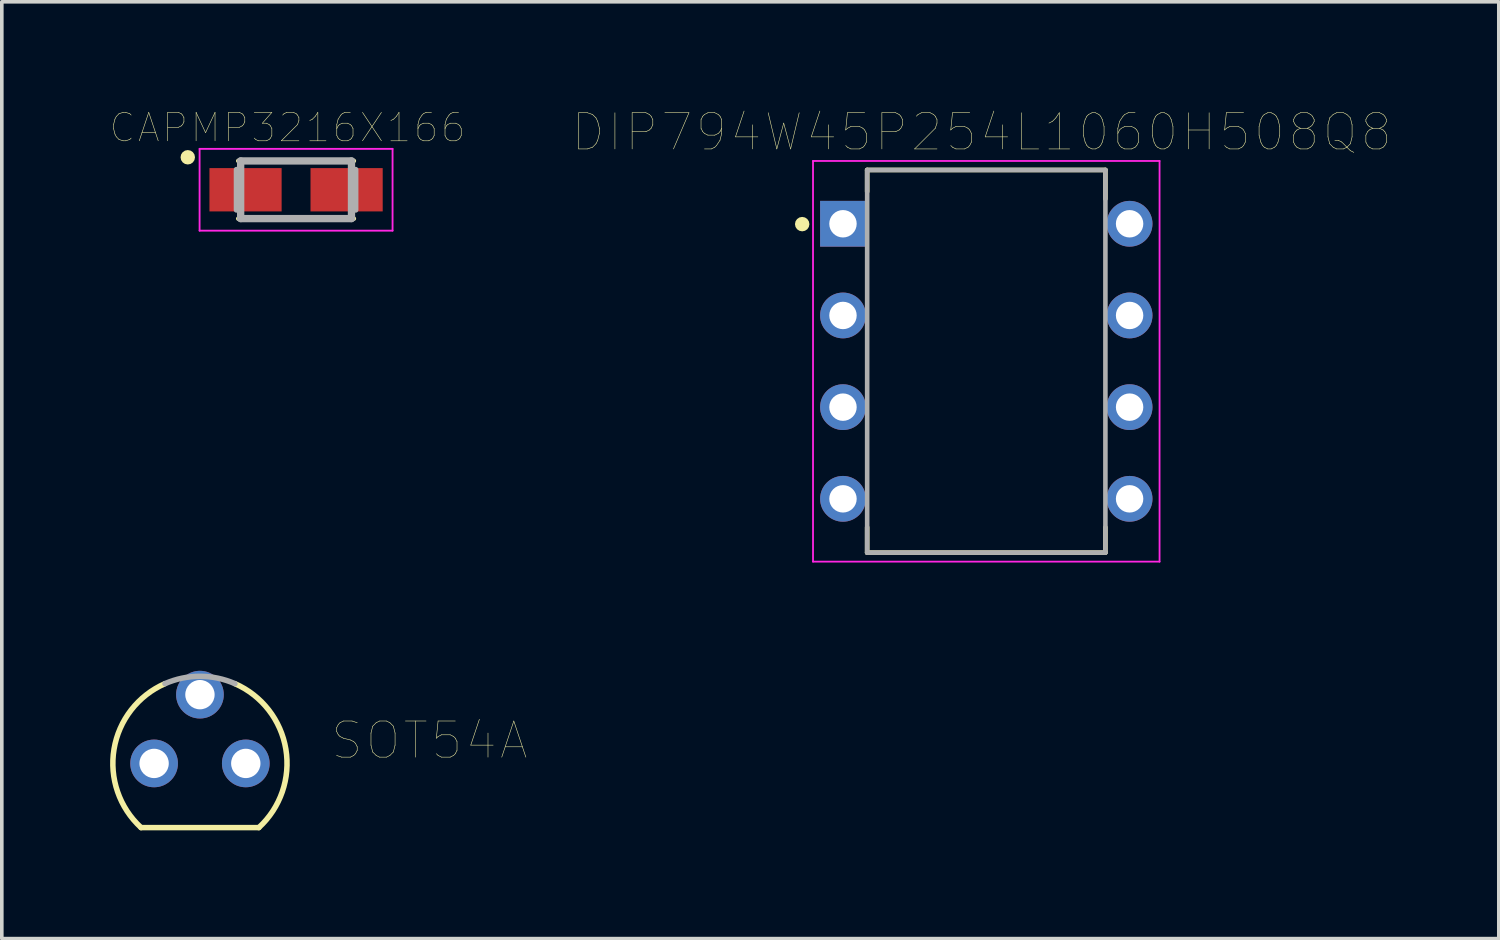
<source format=kicad_pcb>
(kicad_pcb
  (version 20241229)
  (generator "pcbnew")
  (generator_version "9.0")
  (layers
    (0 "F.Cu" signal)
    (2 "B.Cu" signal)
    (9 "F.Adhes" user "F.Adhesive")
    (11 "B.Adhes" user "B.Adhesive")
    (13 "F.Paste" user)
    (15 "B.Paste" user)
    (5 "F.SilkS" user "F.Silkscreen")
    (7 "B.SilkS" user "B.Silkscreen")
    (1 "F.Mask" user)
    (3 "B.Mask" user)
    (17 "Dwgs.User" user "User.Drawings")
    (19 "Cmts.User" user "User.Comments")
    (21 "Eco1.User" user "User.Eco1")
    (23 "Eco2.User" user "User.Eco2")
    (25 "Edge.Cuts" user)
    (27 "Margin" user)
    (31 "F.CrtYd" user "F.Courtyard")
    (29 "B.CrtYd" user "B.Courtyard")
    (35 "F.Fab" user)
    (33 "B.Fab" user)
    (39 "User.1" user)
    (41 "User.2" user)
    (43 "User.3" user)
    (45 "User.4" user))
  (footprint "CAPMP3216X166"
    (layer "F.Cu")
    (at 5.152 2.207)
    (property "Reference" "CAPMP3216X166" (at -0.24 -1.72 0) (layer "F.SilkS") (effects (font (size 0.787 0.787) (thickness 0.015))))
    (attr through_hole)
    (fp_line (start -1.6 -0.8) (end 1.6 -0.8) (stroke (width 0.127) (type solid)) (layer "F.SilkS"))
    (fp_line (start -1.6 0.8) (end 1.6 0.8) (stroke (width 0.127) (type solid)) (layer "F.SilkS"))
    (fp_circle (center -3 -0.9) (end -2.9 -0.9) (stroke (width 0.2) (type solid)) (fill no) (layer "F.SilkS"))
    (fp_line (start -2.673 -1.133) (end 2.673 -1.133) (stroke (width 0.051) (type solid)) (layer "F.CrtYd"))
    (fp_line (start -2.673 1.133) (end -2.673 -1.133) (stroke (width 0.051) (type solid)) (layer "F.CrtYd"))
    (fp_line (start 2.673 -1.133) (end 2.673 1.133) (stroke (width 0.051) (type solid)) (layer "F.CrtYd"))
    (fp_line (start 2.673 1.133) (end -2.673 1.133) (stroke (width 0.051) (type solid)) (layer "F.CrtYd"))
    (fp_line (start -1.651 -0.559) (end -1.651 0.559) (stroke (width 0.152) (type solid)) (layer "F.Fab"))
    (fp_line (start -1.535 -0.798) (end -1.535 0.798) (stroke (width 0.203) (type solid)) (layer "F.Fab"))
    (fp_line (start -1.535 0.798) (end 1.535 0.798) (stroke (width 0.203) (type solid)) (layer "F.Fab"))
    (fp_line (start 1.535 -0.798) (end -1.535 -0.798) (stroke (width 0.203) (type solid)) (layer "F.Fab"))
    (fp_line (start 1.535 0.798) (end 1.535 -0.798) (stroke (width 0.203) (type solid)) (layer "F.Fab"))
    (fp_line (start 1.651 -0.559) (end 1.651 0.559) (stroke (width 0.152) (type solid)) (layer "F.Fab"))
    (pad "1" smd rect (at -1.4 0) (size 2 1.2) (layers "F.Cu" "F.Mask" "F.Paste"))
    (pad "2" smd rect (at 1.4 0) (size 2 1.2) (layers "F.Cu" "F.Mask" "F.Paste")))
  (footprint "DIP794W45P254L1060H508Q8"
    (layer "F.Cu")
    (at 24.273 6.959)
    (property "Reference" "DIP794W45P254L1060H508Q8" (at -0.125 -6.346 0) (layer "F.SilkS") (effects (font (size 1.002 1.002) (thickness 0.015))))
    (attr through_hole)
    (fp_line (start -3.3 -5.3) (end -3.3 -4.7) (stroke (width 0.127) (type solid)) (layer "F.SilkS"))
    (fp_line (start -3.3 4.6) (end -3.3 5.3) (stroke (width 0.127) (type solid)) (layer "F.SilkS"))
    (fp_line (start -3.3 5.3) (end 3.3 5.3) (stroke (width 0.127) (type solid)) (layer "F.SilkS"))
    (fp_line (start 3.3 -5.3) (end -3.3 -5.3) (stroke (width 0.127) (type solid)) (layer "F.SilkS"))
    (fp_line (start 3.3 -4.5) (end 3.3 -5.3) (stroke (width 0.127) (type solid)) (layer "F.SilkS"))
    (fp_line (start 3.3 5.3) (end 3.3 4.6) (stroke (width 0.127) (type solid)) (layer "F.SilkS"))
    (fp_circle (center -5.1 -3.8) (end -5 -3.8) (stroke (width 0.2) (type solid)) (fill no) (layer "F.SilkS"))
    (fp_line (start -4.8 -5.55) (end 4.8 -5.55) (stroke (width 0.05) (type solid)) (layer "F.CrtYd"))
    (fp_line (start -4.8 5.55) (end -4.8 -5.55) (stroke (width 0.05) (type solid)) (layer "F.CrtYd"))
    (fp_line (start 4.8 -5.55) (end 4.8 5.55) (stroke (width 0.05) (type solid)) (layer "F.CrtYd"))
    (fp_line (start 4.8 5.55) (end -4.8 5.55) (stroke (width 0.05) (type solid)) (layer "F.CrtYd"))
    (fp_line (start -3.3 -5.3) (end 3.3 -5.3) (stroke (width 0.127) (type solid)) (layer "F.Fab"))
    (fp_line (start -3.3 5.3) (end -3.3 -5.3) (stroke (width 0.127) (type solid)) (layer "F.Fab"))
    (fp_line (start 3.3 -5.3) (end 3.3 5.3) (stroke (width 0.127) (type solid)) (layer "F.Fab"))
    (fp_line (start 3.3 5.3) (end -3.3 5.3) (stroke (width 0.127) (type solid)) (layer "F.Fab"))
    (pad "1" thru_hole rect (at -3.97 -3.81) (size 1.268 1.268) (drill 0.76) (layers "*.Cu" "*.Mask"))
    (pad "2" thru_hole circle (at -3.97 -1.27) (size 1.268 1.268) (drill 0.76) (layers "*.Cu" "*.Mask"))
    (pad "3" thru_hole circle (at -3.97 1.27) (size 1.268 1.268) (drill 0.76) (layers "*.Cu" "*.Mask"))
    (pad "4" thru_hole circle (at -3.97 3.81) (size 1.268 1.268) (drill 0.76) (layers "*.Cu" "*.Mask"))
    (pad "5" thru_hole circle (at 3.97 3.81) (size 1.268 1.268) (drill 0.76) (layers "*.Cu" "*.Mask"))
    (pad "6" thru_hole circle (at 3.97 1.27) (size 1.268 1.268) (drill 0.76) (layers "*.Cu" "*.Mask"))
    (pad "7" thru_hole circle (at 3.97 -1.27) (size 1.268 1.268) (drill 0.76) (layers "*.Cu" "*.Mask"))
    (pad "8" thru_hole circle (at 3.97 -3.81) (size 1.268 1.268) (drill 0.76) (layers "*.Cu" "*.Mask")))
  (footprint "SOT54A"
    (layer "F.Cu")
    (at 2.489 18.099)
    (property "Reference" "SOT54A" (at 6.359 -0.636 0) (layer "F.SilkS") (effects (font (size 1.001 1.001) (thickness 0.015))))
    (attr through_hole)
    (fp_line (start -1.631 1.778) (end 1.631 1.778) (stroke (width 0.152) (type solid)) (layer "F.SilkS"))
    (fp_arc (start -1.631001 1.778) (mid -2.380096 -0.395238) (end -0.9689 -2.2098) (stroke (width 0.1524) (type solid)) (layer "F.SilkS"))
    (fp_arc (start 0.9689 -2.209799) (mid 2.380094 -0.395238) (end 1.631 1.778) (stroke (width 0.1524) (type solid)) (layer "F.SilkS"))
    (fp_arc (start -0.9692 -2.2098) (mid 0 -2.412999) (end 0.9692 -2.2098) (stroke (width 0.1524) (type solid)) (layer "F.Fab"))
    (pad "B" thru_hole circle (at 0 -1.905) (size 1.321 1.321) (drill 0.813) (layers "*.Cu" "*.Mask"))
    (pad "C" thru_hole circle (at -1.27 0) (size 1.321 1.321) (drill 0.813) (layers "*.Cu" "*.Mask"))
    (pad "E" thru_hole circle (at 1.27 0) (size 1.321 1.321) (drill 0.813) (layers "*.Cu" "*.Mask")))
  (gr_rect
    (start -3 -3)
    (end 38.471 22.953)
    (stroke (width 0.1) (type default))
    (fill no)
    (layer "Edge.Cuts")))
</source>
